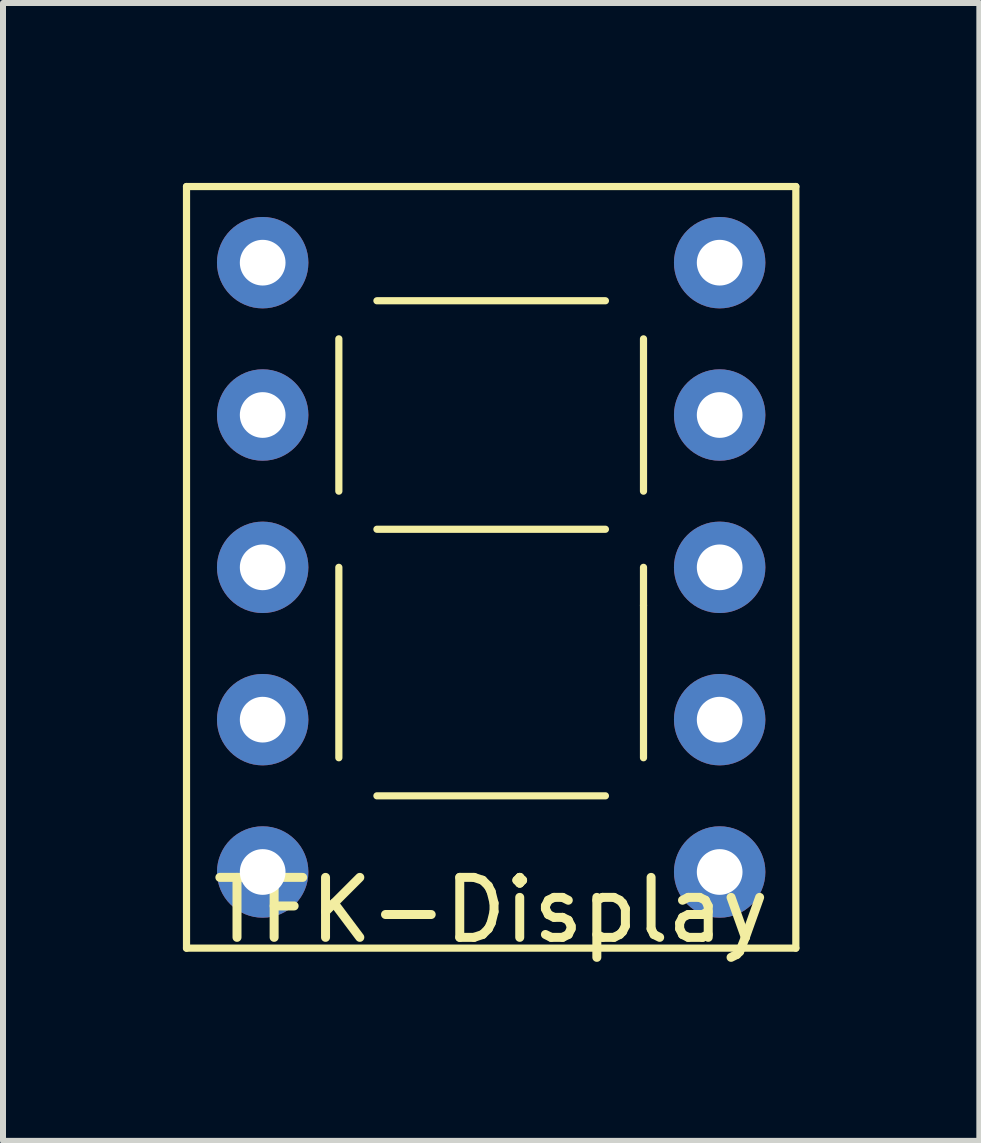
<source format=kicad_pcb>
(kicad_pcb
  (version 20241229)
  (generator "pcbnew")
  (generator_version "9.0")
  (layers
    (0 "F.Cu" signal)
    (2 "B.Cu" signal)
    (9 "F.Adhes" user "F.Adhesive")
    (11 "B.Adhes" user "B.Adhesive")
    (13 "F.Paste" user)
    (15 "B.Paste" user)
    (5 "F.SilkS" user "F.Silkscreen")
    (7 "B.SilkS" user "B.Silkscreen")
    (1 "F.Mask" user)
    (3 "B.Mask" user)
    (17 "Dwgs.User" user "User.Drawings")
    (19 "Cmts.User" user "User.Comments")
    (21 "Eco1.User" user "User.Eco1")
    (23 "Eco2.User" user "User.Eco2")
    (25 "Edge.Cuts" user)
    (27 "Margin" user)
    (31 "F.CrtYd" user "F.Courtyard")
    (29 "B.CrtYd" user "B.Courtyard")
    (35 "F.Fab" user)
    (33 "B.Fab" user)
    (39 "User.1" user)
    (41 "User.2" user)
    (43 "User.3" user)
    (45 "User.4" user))
  (footprint "TFK-Display"
    (layer "F.Cu")
    (at 8.95 6.41)
    (property "Reference" "TFK-Display" (at -3.81 5.715 0) (layer "F.SilkS") (effects (font (size 1 1) (thickness 0.15))))
    (attr through_hole)
    (fp_line (start -8.89 -6.35) (end 1.27 -6.35) (stroke (width 0.12) (type solid)) (layer "F.SilkS"))
    (fp_line (start -8.89 6.35) (end -8.89 -6.35) (stroke (width 0.12) (type solid)) (layer "F.SilkS"))
    (fp_line (start -6.35 -3.81) (end -6.35 -1.27) (stroke (width 0.12) (type solid)) (layer "F.SilkS"))
    (fp_line (start -6.35 0) (end -6.35 3.175) (stroke (width 0.12) (type solid)) (layer "F.SilkS"))
    (fp_line (start -5.715 -4.445) (end -1.905 -4.445) (stroke (width 0.12) (type solid)) (layer "F.SilkS"))
    (fp_line (start -5.715 -0.635) (end -1.905 -0.635) (stroke (width 0.12) (type solid)) (layer "F.SilkS"))
    (fp_line (start -5.715 3.81) (end -1.905 3.81) (stroke (width 0.12) (type solid)) (layer "F.SilkS"))
    (fp_line (start -1.27 -3.81) (end -1.27 -1.27) (stroke (width 0.12) (type solid)) (layer "F.SilkS"))
    (fp_line (start -1.27 0) (end -1.27 0.635) (stroke (width 0.12) (type solid)) (layer "F.SilkS"))
    (fp_line (start -1.27 0.635) (end -1.27 3.175) (stroke (width 0.12) (type solid)) (layer "F.SilkS"))
    (fp_line (start 1.27 -6.35) (end 1.27 6.35) (stroke (width 0.12) (type solid)) (layer "F.SilkS"))
    (fp_line (start 1.27 6.35) (end -8.89 6.35) (stroke (width 0.12) (type solid)) (layer "F.SilkS"))
    (pad "1" thru_hole circle (at -7.62 -5.08) (size 1.524 1.524) (drill 0.762) (layers "*.Cu" "*.Mask"))
    (pad "2" thru_hole circle (at -7.62 -2.54) (size 1.524 1.524) (drill 0.762) (layers "*.Cu" "*.Mask"))
    (pad "3" thru_hole circle (at -7.62 0) (size 1.524 1.524) (drill 0.762) (layers "*.Cu" "*.Mask"))
    (pad "4" thru_hole circle (at -7.62 2.54) (size 1.524 1.524) (drill 0.762) (layers "*.Cu" "*.Mask"))
    (pad "5" thru_hole circle (at -7.62 5.08) (size 1.524 1.524) (drill 0.762) (layers "*.Cu" "*.Mask"))
    (pad "6" thru_hole circle (at 0 5.08) (size 1.524 1.524) (drill 0.762) (layers "*.Cu" "*.Mask"))
    (pad "7" thru_hole circle (at 0 2.54) (size 1.524 1.524) (drill 0.762) (layers "*.Cu" "*.Mask"))
    (pad "8" thru_hole circle (at 0 0) (size 1.524 1.524) (drill 0.762) (layers "*.Cu" "*.Mask"))
    (pad "9" thru_hole circle (at 0 -2.54) (size 1.524 1.524) (drill 0.762) (layers "*.Cu" "*.Mask"))
    (pad "10" thru_hole circle (at 0 -5.08) (size 1.524 1.524) (drill 0.762) (layers "*.Cu" "*.Mask")))
  (gr_rect
    (start -3 -3)
    (end 13.28 15.973)
    (stroke (width 0.1) (type default))
    (fill no)
    (layer "Edge.Cuts")))
</source>
